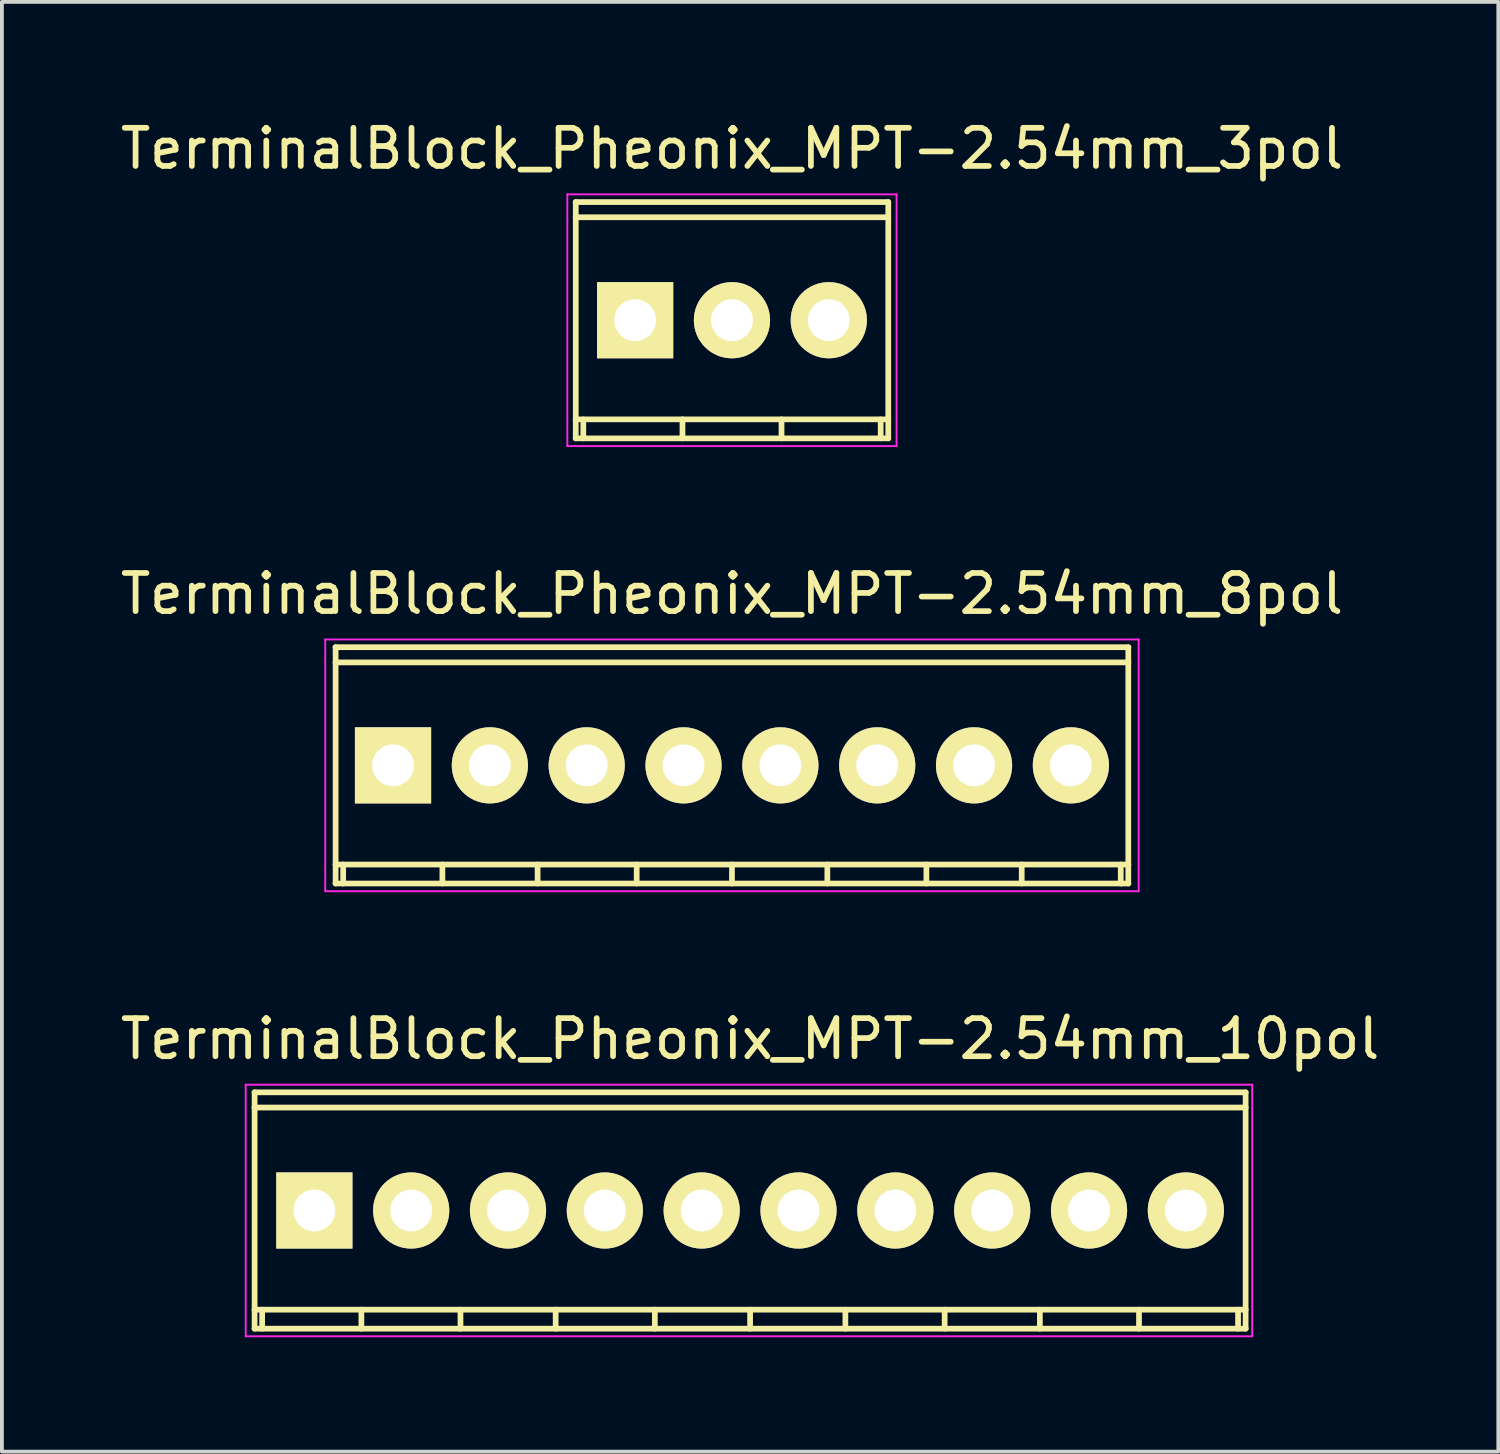
<source format=kicad_pcb>
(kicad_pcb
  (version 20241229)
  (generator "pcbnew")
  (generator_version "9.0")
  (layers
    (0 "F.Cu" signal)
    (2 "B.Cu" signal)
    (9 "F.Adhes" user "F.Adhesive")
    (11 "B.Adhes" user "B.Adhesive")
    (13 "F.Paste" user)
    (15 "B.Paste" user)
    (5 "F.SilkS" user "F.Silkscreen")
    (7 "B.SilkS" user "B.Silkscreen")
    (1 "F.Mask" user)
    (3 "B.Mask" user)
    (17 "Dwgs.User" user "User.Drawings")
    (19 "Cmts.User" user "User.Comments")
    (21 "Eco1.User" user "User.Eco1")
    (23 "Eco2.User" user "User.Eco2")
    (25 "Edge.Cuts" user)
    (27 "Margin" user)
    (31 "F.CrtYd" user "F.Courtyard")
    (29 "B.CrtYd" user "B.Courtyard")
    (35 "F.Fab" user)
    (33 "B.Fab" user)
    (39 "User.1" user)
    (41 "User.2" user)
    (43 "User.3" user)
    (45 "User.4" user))
  (footprint "TerminalBlock_Pheonix_MPT-2.54mm_8pol"
    (layer "F.Cu")
    (at 7.259 17.025)
    (property "Reference" "TerminalBlock_Pheonix_MPT-2.54mm_8pol" (at 8.89 -4.501 0) (layer "F.SilkS") (effects (font (size 1 1) (thickness 0.15))))
    (attr through_hole)
    (fp_line (start -1.509 -2.7) (end 19.289 -2.7) (stroke (width 0.15) (type solid)) (layer "F.SilkS"))
    (fp_line (start -1.509 2.601) (end 19.289 2.601) (stroke (width 0.15) (type solid)) (layer "F.SilkS"))
    (fp_line (start -1.506 -3.099) (end -1.506 3.099) (stroke (width 0.15) (type solid)) (layer "F.SilkS"))
    (fp_line (start -1.308 3.099) (end -1.308 2.601) (stroke (width 0.15) (type solid)) (layer "F.SilkS"))
    (fp_line (start 1.295 3.099) (end 1.295 2.601) (stroke (width 0.15) (type solid)) (layer "F.SilkS"))
    (fp_line (start 3.792 2.601) (end 3.792 3.099) (stroke (width 0.15) (type solid)) (layer "F.SilkS"))
    (fp_line (start 6.391 2.601) (end 6.391 3.099) (stroke (width 0.15) (type solid)) (layer "F.SilkS"))
    (fp_line (start 8.89 2.601) (end 8.89 3.099) (stroke (width 0.15) (type solid)) (layer "F.SilkS"))
    (fp_line (start 11.392 2.601) (end 11.392 3.099) (stroke (width 0.15) (type solid)) (layer "F.SilkS"))
    (fp_line (start 13.99 2.601) (end 13.99 3.099) (stroke (width 0.15) (type solid)) (layer "F.SilkS"))
    (fp_line (start 16.49 2.601) (end 16.49 3.099) (stroke (width 0.15) (type solid)) (layer "F.SilkS"))
    (fp_line (start 19.088 2.601) (end 19.088 3.099) (stroke (width 0.15) (type solid)) (layer "F.SilkS"))
    (fp_line (start 19.286 3.099) (end 19.286 -3.099) (stroke (width 0.15) (type solid)) (layer "F.SilkS"))
    (fp_line (start 19.289 -3.099) (end -1.509 -3.099) (stroke (width 0.15) (type solid)) (layer "F.SilkS"))
    (fp_line (start 19.289 3.099) (end -1.509 3.099) (stroke (width 0.15) (type solid)) (layer "F.SilkS"))
    (fp_line (start -1.778 -3.302) (end 19.558 -3.302) (stroke (width 0.05) (type solid)) (layer "F.CrtYd"))
    (fp_line (start -1.778 3.302) (end -1.778 -3.302) (stroke (width 0.05) (type solid)) (layer "F.CrtYd"))
    (fp_line (start 19.558 -3.302) (end 19.558 3.302) (stroke (width 0.05) (type solid)) (layer "F.CrtYd"))
    (fp_line (start 19.558 3.302) (end -1.778 3.302) (stroke (width 0.05) (type solid)) (layer "F.CrtYd"))
    (pad "1" thru_hole rect (at 0 0 180) (size 1.999 1.999) (drill 1.097) (layers "*.Cu" "*.Mask" "F.SilkS"))
    (pad "2" thru_hole oval (at 2.54 0 180) (size 1.999 1.999) (drill 1.097) (layers "*.Cu" "*.Mask" "F.SilkS"))
    (pad "3" thru_hole oval (at 5.08 0 180) (size 1.999 1.999) (drill 1.097) (layers "*.Cu" "*.Mask" "F.SilkS"))
    (pad "4" thru_hole oval (at 7.62 0 180) (size 1.999 1.999) (drill 1.097) (layers "*.Cu" "*.Mask" "F.SilkS"))
    (pad "5" thru_hole oval (at 10.16 0 180) (size 1.999 1.999) (drill 1.097) (layers "*.Cu" "*.Mask" "F.SilkS"))
    (pad "6" thru_hole oval (at 12.7 0 180) (size 1.999 1.999) (drill 1.097) (layers "*.Cu" "*.Mask" "F.SilkS"))
    (pad "7" thru_hole oval (at 15.24 0 180) (size 1.999 1.999) (drill 1.097) (layers "*.Cu" "*.Mask" "F.SilkS"))
    (pad "8" thru_hole oval (at 17.78 0 180) (size 1.999 1.999) (drill 1.097) (layers "*.Cu" "*.Mask" "F.SilkS")))
  (footprint "TerminalBlock_Pheonix_MPT-2.54mm_3pol"
    (layer "F.Cu")
    (at 13.609 5.349)
    (property "Reference" "TerminalBlock_Pheonix_MPT-2.54mm_3pol" (at 2.54 -4.501 0) (layer "F.SilkS") (effects (font (size 1 1) (thickness 0.15))))
    (attr through_hole)
    (fp_line (start -1.56 3.099) (end 6.64 3.099) (stroke (width 0.15) (type solid)) (layer "F.SilkS"))
    (fp_line (start -1.557 -3.099) (end -1.557 3.099) (stroke (width 0.15) (type solid)) (layer "F.SilkS"))
    (fp_line (start -1.359 3.099) (end -1.359 2.601) (stroke (width 0.15) (type solid)) (layer "F.SilkS"))
    (fp_line (start 1.242 3.099) (end 1.242 2.601) (stroke (width 0.15) (type solid)) (layer "F.SilkS"))
    (fp_line (start 3.84 2.601) (end 3.84 3.099) (stroke (width 0.15) (type solid)) (layer "F.SilkS"))
    (fp_line (start 6.441 2.601) (end 6.441 3.099) (stroke (width 0.15) (type solid)) (layer "F.SilkS"))
    (fp_line (start 6.64 -3.099) (end -1.56 -3.099) (stroke (width 0.15) (type solid)) (layer "F.SilkS"))
    (fp_line (start 6.64 -2.7) (end -1.56 -2.7) (stroke (width 0.15) (type solid)) (layer "F.SilkS"))
    (fp_line (start 6.64 2.601) (end -1.56 2.601) (stroke (width 0.15) (type solid)) (layer "F.SilkS"))
    (fp_line (start 6.64 3.099) (end 6.64 -3.099) (stroke (width 0.15) (type solid)) (layer "F.SilkS"))
    (fp_line (start -1.778 -3.302) (end -1.778 3.302) (stroke (width 0.05) (type solid)) (layer "F.CrtYd"))
    (fp_line (start -1.778 3.302) (end 6.858 3.302) (stroke (width 0.05) (type solid)) (layer "F.CrtYd"))
    (fp_line (start 6.858 -3.302) (end -1.778 -3.302) (stroke (width 0.05) (type solid)) (layer "F.CrtYd"))
    (fp_line (start 6.858 3.302) (end 6.858 -3.302) (stroke (width 0.05) (type solid)) (layer "F.CrtYd"))
    (pad "1" thru_hole rect (at 0 0) (size 1.999 1.999) (drill 1.097) (layers "*.Cu" "*.Mask" "F.SilkS"))
    (pad "2" thru_hole oval (at 2.54 0) (size 1.999 1.999) (drill 1.097) (layers "*.Cu" "*.Mask" "F.SilkS"))
    (pad "3" thru_hole oval (at 5.08 0) (size 1.999 1.999) (drill 1.097) (layers "*.Cu" "*.Mask" "F.SilkS")))
  (footprint "TerminalBlock_Pheonix_MPT-2.54mm_10pol"
    (layer "F.Cu")
    (at 5.195 28.701)
    (property "Reference" "TerminalBlock_Pheonix_MPT-2.54mm_10pol" (at 11.43 -4.501 0) (layer "F.SilkS") (effects (font (size 1 1) (thickness 0.15))))
    (attr through_hole)
    (fp_line (start -1.57 -3.099) (end 24.43 -3.099) (stroke (width 0.15) (type solid)) (layer "F.SilkS"))
    (fp_line (start -1.57 3.099) (end 24.43 3.099) (stroke (width 0.15) (type solid)) (layer "F.SilkS"))
    (fp_line (start -1.567 -3.099) (end -1.567 3.099) (stroke (width 0.15) (type solid)) (layer "F.SilkS"))
    (fp_line (start -1.369 3.099) (end -1.369 2.601) (stroke (width 0.15) (type solid)) (layer "F.SilkS"))
    (fp_line (start 1.234 3.099) (end 1.234 2.601) (stroke (width 0.15) (type solid)) (layer "F.SilkS"))
    (fp_line (start 3.833 2.601) (end 3.833 3.099) (stroke (width 0.15) (type solid)) (layer "F.SilkS"))
    (fp_line (start 6.33 2.601) (end 6.33 3.099) (stroke (width 0.15) (type solid)) (layer "F.SilkS"))
    (fp_line (start 8.931 2.601) (end 8.931 3.099) (stroke (width 0.15) (type solid)) (layer "F.SilkS"))
    (fp_line (start 11.43 2.601) (end 11.43 3.099) (stroke (width 0.15) (type solid)) (layer "F.SilkS"))
    (fp_line (start 13.929 2.601) (end 13.929 3.099) (stroke (width 0.15) (type solid)) (layer "F.SilkS"))
    (fp_line (start 16.533 2.601) (end 16.533 3.099) (stroke (width 0.15) (type solid)) (layer "F.SilkS"))
    (fp_line (start 19.03 2.601) (end 19.03 3.099) (stroke (width 0.15) (type solid)) (layer "F.SilkS"))
    (fp_line (start 21.631 2.601) (end 21.631 3.099) (stroke (width 0.15) (type solid)) (layer "F.SilkS"))
    (fp_line (start 24.229 2.601) (end 24.229 3.099) (stroke (width 0.15) (type solid)) (layer "F.SilkS"))
    (fp_line (start 24.427 3.099) (end 24.427 -3.099) (stroke (width 0.15) (type solid)) (layer "F.SilkS"))
    (fp_line (start 24.43 -2.7) (end -1.57 -2.7) (stroke (width 0.15) (type solid)) (layer "F.SilkS"))
    (fp_line (start 24.43 2.601) (end -1.57 2.601) (stroke (width 0.15) (type solid)) (layer "F.SilkS"))
    (fp_line (start -1.8 -3.3) (end 24.6 -3.3) (stroke (width 0.05) (type solid)) (layer "F.CrtYd"))
    (fp_line (start -1.8 3.3) (end -1.8 -3.3) (stroke (width 0.05) (type solid)) (layer "F.CrtYd"))
    (fp_line (start 24.6 -3.3) (end 24.6 3.3) (stroke (width 0.05) (type solid)) (layer "F.CrtYd"))
    (fp_line (start 24.6 3.3) (end -1.8 3.3) (stroke (width 0.05) (type solid)) (layer "F.CrtYd"))
    (pad "1" thru_hole rect (at 0 0 180) (size 1.999 1.999) (drill 1.097) (layers "*.Cu" "*.Mask" "F.SilkS"))
    (pad "2" thru_hole oval (at 2.54 0 180) (size 1.999 1.999) (drill 1.097) (layers "*.Cu" "*.Mask" "F.SilkS"))
    (pad "3" thru_hole oval (at 5.08 0 180) (size 1.999 1.999) (drill 1.097) (layers "*.Cu" "*.Mask" "F.SilkS"))
    (pad "4" thru_hole oval (at 7.62 0 180) (size 1.999 1.999) (drill 1.097) (layers "*.Cu" "*.Mask" "F.SilkS"))
    (pad "5" thru_hole oval (at 10.16 0 180) (size 1.999 1.999) (drill 1.097) (layers "*.Cu" "*.Mask" "F.SilkS"))
    (pad "6" thru_hole oval (at 12.7 0 180) (size 1.999 1.999) (drill 1.097) (layers "*.Cu" "*.Mask" "F.SilkS"))
    (pad "7" thru_hole oval (at 15.24 0 180) (size 1.999 1.999) (drill 1.097) (layers "*.Cu" "*.Mask" "F.SilkS"))
    (pad "8" thru_hole oval (at 17.78 0 180) (size 1.999 1.999) (drill 1.097) (layers "*.Cu" "*.Mask" "F.SilkS"))
    (pad "9" thru_hole oval (at 20.32 0 180) (size 1.999 1.999) (drill 1.097) (layers "*.Cu" "*.Mask" "F.SilkS"))
    (pad "10" thru_hole oval (at 22.86 0 180) (size 1.999 1.999) (drill 1.097) (layers "*.Cu" "*.Mask" "F.SilkS")))
  (gr_rect
    (start -3 -3)
    (end 36.25 35.026)
    (stroke (width 0.1) (type default))
    (fill no)
    (layer "Edge.Cuts")))
</source>
